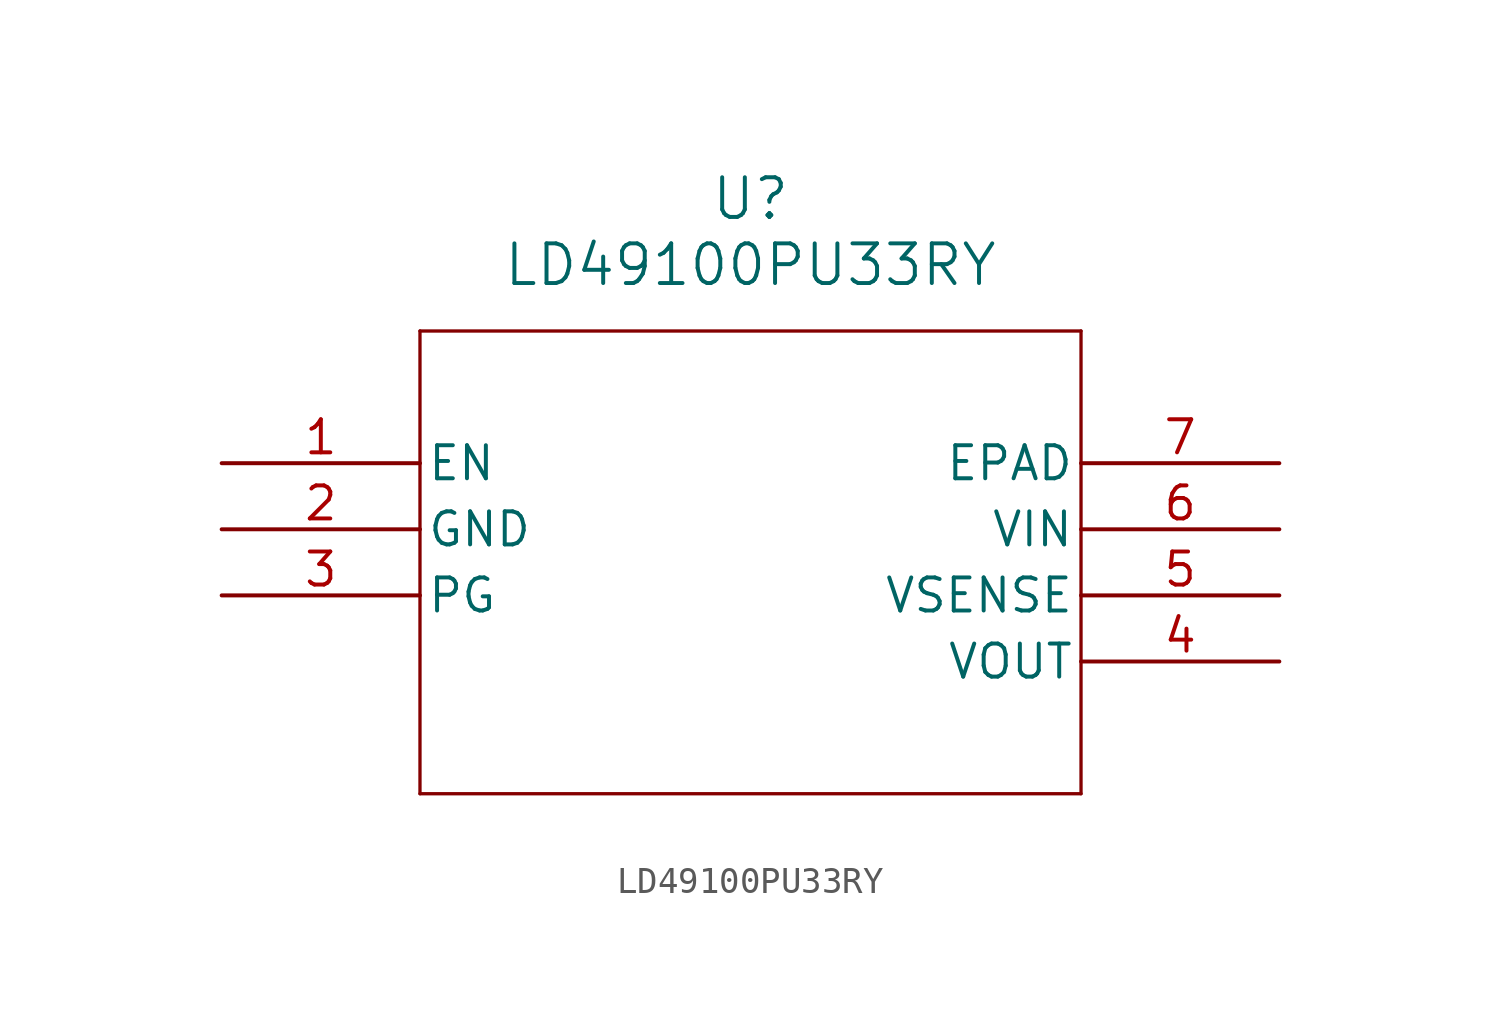
<source format=kicad_sym>
(kicad_symbol_lib
  (version 20211014)
  (generator kicad_symbol_editor)
  (symbol "LD49100PU33RY"
    (pin_names
      (offset 0.254))
    (property "Reference" "U"
      (at 20.32 10.16 0)
      (effects (font (size 1.524 1.524))))
    (property "Value" "LD49100PU33RY"
      (at 20.32 7.62 0)
      (effects (font (size 1.524 1.524))))
    (symbol "LD49100PU33RY_0_1"
      (polyline (pts (xy 7.62 5.08) (xy 7.62 -12.7)) (stroke (width 0.127) (type default) (color 0 0 0 0)) (fill (type none)))
      (polyline (pts (xy 7.62 -12.7) (xy 33.02 -12.7)) (stroke (width 0.127) (type default) (color 0 0 0 0)) (fill (type none)))
      (polyline (pts (xy 33.02 -12.7) (xy 33.02 5.08)) (stroke (width 0.127) (type default) (color 0 0 0 0)) (fill (type none)))
      (polyline (pts (xy 33.02 5.08) (xy 7.62 5.08)) (stroke (width 0.127) (type default) (color 0 0 0 0)) (fill (type none)))
      (pin bidirectional line (at 0 0 0) (length 7.62) (name "EN" (effects (font (size 1.27 1.27)))) (number "1" (effects (font (size 1.27 1.27)))))
      (pin power_out line (at 0 -2.54 0) (length 7.62) (name "GND" (effects (font (size 1.27 1.27)))) (number "2" (effects (font (size 1.27 1.27)))))
      (pin output line (at 0 -5.08 0) (length 7.62) (name "PG" (effects (font (size 1.27 1.27)))) (number "3" (effects (font (size 1.27 1.27)))))
      (pin power_in line (at 40.64 -7.62 180) (length 7.62) (name "VOUT" (effects (font (size 1.27 1.27)))) (number "4" (effects (font (size 1.27 1.27)))))
      (pin bidirectional line (at 40.64 -5.08 180) (length 7.62) (name "VSENSE" (effects (font (size 1.27 1.27)))) (number "5" (effects (font (size 1.27 1.27)))))
      (pin power_in line (at 40.64 -2.54 180) (length 7.62) (name "VIN" (effects (font (size 1.27 1.27)))) (number "6" (effects (font (size 1.27 1.27)))))
      (pin power_out line (at 40.64 0 180) (length 7.62) (name "EPAD" (effects (font (size 1.27 1.27)))) (number "7" (effects (font (size 1.27 1.27))))))))
</source>
